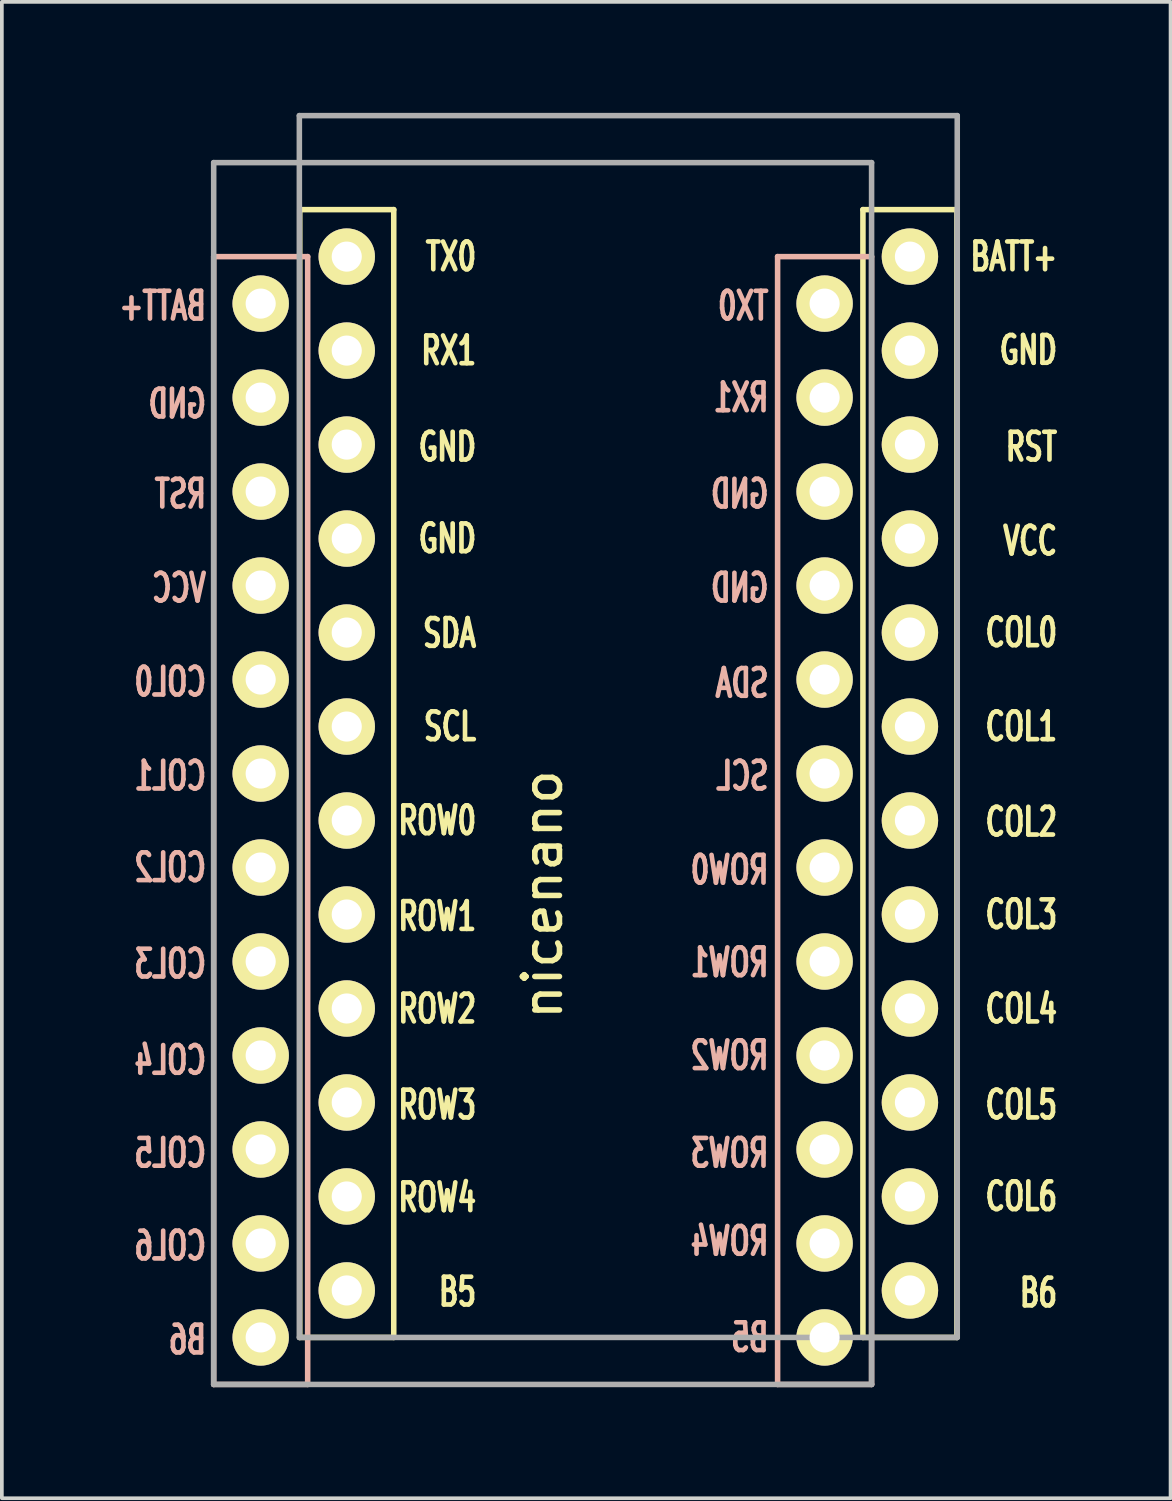
<source format=kicad_pcb>
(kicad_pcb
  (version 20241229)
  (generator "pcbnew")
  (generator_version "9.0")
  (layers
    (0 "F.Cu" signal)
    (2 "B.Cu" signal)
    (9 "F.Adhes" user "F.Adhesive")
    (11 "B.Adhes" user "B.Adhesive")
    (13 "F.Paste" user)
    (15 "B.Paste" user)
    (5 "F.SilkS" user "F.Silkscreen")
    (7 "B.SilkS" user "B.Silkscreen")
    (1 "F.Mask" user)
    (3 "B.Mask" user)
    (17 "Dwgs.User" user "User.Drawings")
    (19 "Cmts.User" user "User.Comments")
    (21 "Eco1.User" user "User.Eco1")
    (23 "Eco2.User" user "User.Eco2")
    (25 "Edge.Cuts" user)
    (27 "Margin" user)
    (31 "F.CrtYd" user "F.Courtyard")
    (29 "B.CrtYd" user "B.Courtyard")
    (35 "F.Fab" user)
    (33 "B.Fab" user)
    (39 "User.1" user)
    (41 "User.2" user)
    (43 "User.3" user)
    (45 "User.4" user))
  (footprint "nicenano"
    (layer "F.Cu")
    (at 12.885 18.363)
    (property "Reference" "nicenano" (at -1.27 2.762 270) (layer "F.SilkS") (effects (font (size 1 1) (thickness 0.15))))
    (attr through_hole)
    (fp_line (start -7.834 -15.748) (end -5.294 -15.748) (stroke (width 0.15) (type solid)) (layer "F.SilkS"))
    (fp_line (start -7.834 14.732) (end -7.834 -15.748) (stroke (width 0.15) (type solid)) (layer "F.SilkS"))
    (fp_line (start -5.294 -15.748) (end -5.294 14.732) (stroke (width 0.15) (type solid)) (layer "F.SilkS"))
    (fp_line (start -5.294 14.732) (end -7.834 14.732) (stroke (width 0.15) (type solid)) (layer "F.SilkS"))
    (fp_line (start 7.386 -15.748) (end 9.926 -15.748) (stroke (width 0.15) (type solid)) (layer "F.SilkS"))
    (fp_line (start 7.386 14.732) (end 7.386 -15.748) (stroke (width 0.15) (type solid)) (layer "F.SilkS"))
    (fp_line (start 9.926 -15.748) (end 9.926 14.732) (stroke (width 0.15) (type solid)) (layer "F.SilkS"))
    (fp_line (start 9.926 14.732) (end 7.386 14.732) (stroke (width 0.15) (type solid)) (layer "F.SilkS"))
    (fp_line (start -10.16 -14.478) (end -7.62 -14.478) (stroke (width 0.15) (type solid)) (layer "B.SilkS"))
    (fp_line (start -10.16 16.002) (end -10.16 -14.478) (stroke (width 0.15) (type solid)) (layer "B.SilkS"))
    (fp_line (start -7.62 -14.478) (end -7.62 16.002) (stroke (width 0.15) (type solid)) (layer "B.SilkS"))
    (fp_line (start -7.62 16.002) (end -10.16 16.002) (stroke (width 0.15) (type solid)) (layer "B.SilkS"))
    (fp_line (start 5.08 -14.478) (end 7.62 -14.478) (stroke (width 0.15) (type solid)) (layer "B.SilkS"))
    (fp_line (start 5.08 16.002) (end 5.08 -14.478) (stroke (width 0.15) (type solid)) (layer "B.SilkS"))
    (fp_line (start 7.62 -14.478) (end 7.62 16.002) (stroke (width 0.15) (type solid)) (layer "B.SilkS"))
    (fp_line (start 7.62 16.002) (end 5.08 16.002) (stroke (width 0.15) (type solid)) (layer "B.SilkS"))
    (fp_line (start -10.16 -17.018) (end 7.62 -17.018) (stroke (width 0.15) (type solid)) (layer "F.Fab"))
    (fp_line (start -10.16 16.002) (end -10.16 -17.018) (stroke (width 0.15) (type solid)) (layer "F.Fab"))
    (fp_line (start -7.845 -18.288) (end 9.935 -18.288) (stroke (width 0.15) (type solid)) (layer "F.Fab"))
    (fp_line (start -7.845 14.732) (end -7.845 -18.288) (stroke (width 0.15) (type solid)) (layer "F.Fab"))
    (fp_line (start 7.62 -17.018) (end 7.62 16.002) (stroke (width 0.15) (type solid)) (layer "F.Fab"))
    (fp_line (start 7.62 16.002) (end -10.16 16.002) (stroke (width 0.15) (type solid)) (layer "F.Fab"))
    (fp_line (start 9.935 -18.288) (end 9.935 14.732) (stroke (width 0.15) (type solid)) (layer "F.Fab"))
    (fp_line (start 9.935 14.732) (end -7.845 14.732) (stroke (width 0.15) (type solid)) (layer "F.Fab"))
    (fp_text user "VCC" (at 12.7 -6.795 0) (layer "F.SilkS") (effects (font (size 0.75 0.5) (thickness 0.125)) (justify right)))
    (fp_text user "ROW1" (at -3 3.35 0) (layer "F.SilkS") (effects (font (size 0.75 0.5) (thickness 0.125)) (justify right)))
    (fp_text user "GND" (at 12.7 -11.95 0) (layer "F.SilkS") (effects (font (size 0.75 0.5) (thickness 0.125)) (justify right)))
    (fp_text user "COL1" (at 12.7 -1.778 0) (layer "F.SilkS") (effects (font (size 0.75 0.5) (thickness 0.125)) (justify right)))
    (fp_text user "ROW4" (at -3 10.95 0) (layer "F.SilkS") (effects (font (size 0.75 0.5) (thickness 0.125)) (justify right)))
    (fp_text user "SCL" (at -3 -1.778 0) (layer "F.SilkS") (effects (font (size 0.75 0.5) (thickness 0.125)) (justify right)))
    (fp_text user "COL2" (at 12.7 0.8 0) (layer "F.SilkS") (effects (font (size 0.75 0.5) (thickness 0.125)) (justify right)))
    (fp_text user "TX0" (at -3 -14.478 0) (layer "F.SilkS") (effects (font (size 0.75 0.5) (thickness 0.125)) (justify right)))
    (fp_text user "RST" (at 12.7 -9.335 0) (layer "F.SilkS") (effects (font (size 0.75 0.5) (thickness 0.125)) (justify right)))
    (fp_text user "COL4" (at 12.7 5.85 0) (layer "F.SilkS") (effects (font (size 0.75 0.5) (thickness 0.125)) (justify right)))
    (fp_text user "SDA" (at -3 -4.3 0) (layer "F.SilkS") (effects (font (size 0.75 0.5) (thickness 0.125)) (justify right)))
    (fp_text user "COL5" (at 12.7 8.445 0) (layer "F.SilkS") (effects (font (size 0.75 0.5) (thickness 0.125)) (justify right)))
    (fp_text user "COL6" (at 12.7 10.922 0) (layer "F.SilkS") (effects (font (size 0.75 0.5) (thickness 0.125)) (justify right)))
    (fp_text user "COL3" (at 12.7 3.302 0) (layer "F.SilkS") (effects (font (size 0.75 0.5) (thickness 0.125)) (justify right)))
    (fp_text user "ROW2" (at -3 5.85 0) (layer "F.SilkS") (effects (font (size 0.75 0.5) (thickness 0.125)) (justify right)))
    (fp_text user "GND" (at -3 -9.335 0) (layer "F.SilkS") (effects (font (size 0.75 0.5) (thickness 0.125)) (justify right)))
    (fp_text user "ROW3" (at -3 8.445 0) (layer "F.SilkS") (effects (font (size 0.75 0.5) (thickness 0.125)) (justify right)))
    (fp_text user "BATT+" (at 12.7 -14.478 0) (layer "F.SilkS") (effects (font (size 0.75 0.5) (thickness 0.125)) (justify right)))
    (fp_text user "RX1" (at -3 -11.938 0) (layer "F.SilkS") (effects (font (size 0.75 0.5) (thickness 0.125)) (justify right)))
    (fp_text user "B6" (at 12.7 13.525 0) (layer "F.SilkS") (effects (font (size 0.75 0.5) (thickness 0.125)) (justify right)))
    (fp_text user "B5" (at -3 13.5 0) (layer "F.SilkS") (effects (font (size 0.75 0.5) (thickness 0.125)) (justify right)))
    (fp_text user "COL0" (at 12.7 -4.318 0) (layer "F.SilkS") (effects (font (size 0.75 0.5) (thickness 0.125)) (justify right)))
    (fp_text user "GND" (at -3 -6.858 0) (layer "F.SilkS") (effects (font (size 0.75 0.5) (thickness 0.125)) (justify right)))
    (fp_text user "ROW0" (at -3 0.762 0) (layer "F.SilkS") (effects (font (size 0.75 0.5) (thickness 0.125)) (justify right)))
    (fp_text user "SCL" (at 4.9 -0.445 0) (layer "B.SilkS") (effects (font (size 0.75 0.5) (thickness 0.125)) (justify left mirror)))
    (fp_text user "ROW4" (at 4.9 12.129 0) (layer "B.SilkS") (effects (font (size 0.75 0.5) (thickness 0.125)) (justify left mirror)))
    (fp_text user "COL1" (at -10.3 -0.445 0) (layer "B.SilkS") (effects (font (size 0.75 0.5) (thickness 0.125)) (justify left mirror)))
    (fp_text user "GND" (at 4.9 -5.524 0) (layer "B.SilkS") (effects (font (size 0.75 0.5) (thickness 0.125)) (justify left mirror)))
    (fp_text user "RX1" (at 4.9 -10.668 0) (layer "B.SilkS") (effects (font (size 0.75 0.5) (thickness 0.125)) (justify left mirror)))
    (fp_text user "ROW1" (at 4.9 4.6 0) (layer "B.SilkS") (effects (font (size 0.75 0.5) (thickness 0.125)) (justify left mirror)))
    (fp_text user "COL5" (at -10.3 9.75 0) (layer "B.SilkS") (effects (font (size 0.75 0.5) (thickness 0.125)) (justify left mirror)))
    (fp_text user "COL2" (at -10.3 2.032 0) (layer "B.SilkS") (effects (font (size 0.75 0.5) (thickness 0.125)) (justify left mirror)))
    (fp_text user "VCC" (at -10.3 -5.524 0) (layer "B.SilkS") (effects (font (size 0.75 0.5) (thickness 0.125)) (justify left mirror)))
    (fp_text user "COL6" (at -10.3 12.255 0) (layer "B.SilkS") (effects (font (size 0.75 0.5) (thickness 0.125)) (justify left mirror)))
    (fp_text user "COL3" (at -10.3 4.636 0) (layer "B.SilkS") (effects (font (size 0.75 0.5) (thickness 0.125)) (justify left mirror)))
    (fp_text user "TX0" (at 4.9 -13.145 0) (layer "B.SilkS") (effects (font (size 0.75 0.5) (thickness 0.125)) (justify left mirror)))
    (fp_text user "GND" (at -10.3 -10.5 0) (layer "B.SilkS") (effects (font (size 0.75 0.5) (thickness 0.125)) (justify left mirror)))
    (fp_text user "COL4" (at -10.3 7.239 0) (layer "B.SilkS") (effects (font (size 0.75 0.5) (thickness 0.125)) (justify left mirror)))
    (fp_text user "SDA" (at 4.9 -2.95 0) (layer "B.SilkS") (effects (font (size 0.75 0.5) (thickness 0.125)) (justify left mirror)))
    (fp_text user "ROW3" (at 4.9 9.75 0) (layer "B.SilkS") (effects (font (size 0.75 0.5) (thickness 0.125)) (justify left mirror)))
    (fp_text user "RST" (at -10.3 -8.065 0) (layer "B.SilkS") (effects (font (size 0.75 0.5) (thickness 0.125)) (justify left mirror)))
    (fp_text user "GND" (at 4.9 -8.065 0) (layer "B.SilkS") (effects (font (size 0.75 0.5) (thickness 0.125)) (justify left mirror)))
    (fp_text user "COL0" (at -10.3 -2.985 0) (layer "B.SilkS") (effects (font (size 0.75 0.5) (thickness 0.125)) (justify left mirror)))
    (fp_text user "ROW0" (at 4.9 2.1 0) (layer "B.SilkS") (effects (font (size 0.75 0.5) (thickness 0.125)) (justify left mirror)))
    (fp_text user "B6" (at -10.3 14.796 0) (layer "B.SilkS") (effects (font (size 0.75 0.5) (thickness 0.125)) (justify left mirror)))
    (fp_text user "ROW2" (at 4.9 7.112 0) (layer "B.SilkS") (effects (font (size 0.75 0.5) (thickness 0.125)) (justify left mirror)))
    (fp_text user "BATT+" (at -10.3 -13.145 0) (layer "B.SilkS") (effects (font (size 0.75 0.5) (thickness 0.125)) (justify left mirror)))
    (fp_text user "B5" (at 4.9 14.732 0) (layer "B.SilkS") (effects (font (size 0.75 0.5) (thickness 0.125)) (justify left mirror)))
    (pad "1" thru_hole circle (at -6.564 -14.478) (size 1.524 1.524) (drill 0.813) (layers "*.Cu" "*.Mask" "F.SilkS"))
    (pad "1" thru_hole circle (at 6.35 -13.208) (size 1.524 1.524) (drill 0.813) (layers "*.Cu" "*.Mask" "F.SilkS"))
    (pad "2" thru_hole circle (at -6.564 -11.938) (size 1.524 1.524) (drill 0.813) (layers "*.Cu" "*.Mask" "F.SilkS"))
    (pad "2" thru_hole circle (at 6.35 -10.668) (size 1.524 1.524) (drill 0.813) (layers "*.Cu" "*.Mask" "F.SilkS"))
    (pad "3" thru_hole circle (at -6.564 -9.398) (size 1.524 1.524) (drill 0.813) (layers "*.Cu" "*.Mask" "F.SilkS"))
    (pad "3" thru_hole circle (at 6.35 -8.128) (size 1.524 1.524) (drill 0.813) (layers "*.Cu" "*.Mask" "F.SilkS"))
    (pad "4" thru_hole circle (at -6.564 -6.858) (size 1.524 1.524) (drill 0.813) (layers "*.Cu" "*.Mask" "F.SilkS"))
    (pad "4" thru_hole circle (at 6.35 -5.588) (size 1.524 1.524) (drill 0.813) (layers "*.Cu" "*.Mask" "F.SilkS"))
    (pad "5" thru_hole circle (at -6.564 -4.318) (size 1.524 1.524) (drill 0.813) (layers "*.Cu" "*.Mask" "F.SilkS"))
    (pad "5" thru_hole circle (at 6.35 -3.048) (size 1.524 1.524) (drill 0.813) (layers "*.Cu" "*.Mask" "F.SilkS"))
    (pad "6" thru_hole circle (at -6.564 -1.778) (size 1.524 1.524) (drill 0.813) (layers "*.Cu" "*.Mask" "F.SilkS"))
    (pad "6" thru_hole circle (at 6.35 -0.508) (size 1.524 1.524) (drill 0.813) (layers "*.Cu" "*.Mask" "F.SilkS"))
    (pad "7" thru_hole circle (at -6.564 0.762) (size 1.524 1.524) (drill 0.813) (layers "*.Cu" "*.Mask" "F.SilkS"))
    (pad "7" thru_hole circle (at 6.35 2.032) (size 1.524 1.524) (drill 0.813) (layers "*.Cu" "*.Mask" "F.SilkS"))
    (pad "8" thru_hole circle (at -6.564 3.302) (size 1.524 1.524) (drill 0.813) (layers "*.Cu" "*.Mask" "F.SilkS"))
    (pad "8" thru_hole circle (at 6.35 4.572) (size 1.524 1.524) (drill 0.813) (layers "*.Cu" "*.Mask" "F.SilkS"))
    (pad "9" thru_hole circle (at -6.564 5.842) (size 1.524 1.524) (drill 0.813) (layers "*.Cu" "*.Mask" "F.SilkS"))
    (pad "9" thru_hole circle (at 6.35 7.112) (size 1.524 1.524) (drill 0.813) (layers "*.Cu" "*.Mask" "F.SilkS"))
    (pad "10" thru_hole circle (at -6.564 8.382) (size 1.524 1.524) (drill 0.813) (layers "*.Cu" "*.Mask" "F.SilkS"))
    (pad "10" thru_hole circle (at 6.35 9.652) (size 1.524 1.524) (drill 0.813) (layers "*.Cu" "*.Mask" "F.SilkS"))
    (pad "11" thru_hole circle (at -6.564 10.922) (size 1.524 1.524) (drill 0.813) (layers "*.Cu" "*.Mask" "F.SilkS"))
    (pad "11" thru_hole circle (at 6.35 12.192) (size 1.524 1.524) (drill 0.813) (layers "*.Cu" "*.Mask" "F.SilkS"))
    (pad "12" thru_hole circle (at -6.564 13.462) (size 1.524 1.524) (drill 0.813) (layers "*.Cu" "*.Mask" "F.SilkS"))
    (pad "12" thru_hole circle (at 6.35 14.732) (size 1.524 1.524) (drill 0.813) (layers "*.Cu" "*.Mask" "F.SilkS"))
    (pad "13" thru_hole circle (at -8.89 14.732) (size 1.524 1.524) (drill 0.813) (layers "*.Cu" "*.Mask" "F.SilkS"))
    (pad "13" thru_hole circle (at 8.656 13.462) (size 1.524 1.524) (drill 0.813) (layers "*.Cu" "*.Mask" "F.SilkS"))
    (pad "14" thru_hole circle (at -8.89 12.192) (size 1.524 1.524) (drill 0.813) (layers "*.Cu" "*.Mask" "F.SilkS"))
    (pad "14" thru_hole circle (at 8.656 10.922) (size 1.524 1.524) (drill 0.813) (layers "*.Cu" "*.Mask" "F.SilkS"))
    (pad "15" thru_hole circle (at -8.89 9.652) (size 1.524 1.524) (drill 0.813) (layers "*.Cu" "*.Mask" "F.SilkS"))
    (pad "15" thru_hole circle (at 8.656 8.382) (size 1.524 1.524) (drill 0.813) (layers "*.Cu" "*.Mask" "F.SilkS"))
    (pad "16" thru_hole circle (at -8.89 7.112) (size 1.524 1.524) (drill 0.813) (layers "*.Cu" "*.Mask" "F.SilkS"))
    (pad "16" thru_hole circle (at 8.656 5.842) (size 1.524 1.524) (drill 0.813) (layers "*.Cu" "*.Mask" "F.SilkS"))
    (pad "17" thru_hole circle (at -8.89 4.572) (size 1.524 1.524) (drill 0.813) (layers "*.Cu" "*.Mask" "F.SilkS"))
    (pad "17" thru_hole circle (at 8.656 3.302) (size 1.524 1.524) (drill 0.813) (layers "*.Cu" "*.Mask" "F.SilkS"))
    (pad "18" thru_hole circle (at -8.89 2.032) (size 1.524 1.524) (drill 0.813) (layers "*.Cu" "*.Mask" "F.SilkS"))
    (pad "18" thru_hole circle (at 8.656 0.762) (size 1.524 1.524) (drill 0.813) (layers "*.Cu" "*.Mask" "F.SilkS"))
    (pad "19" thru_hole circle (at -8.89 -0.508) (size 1.524 1.524) (drill 0.813) (layers "*.Cu" "*.Mask" "F.SilkS"))
    (pad "19" thru_hole circle (at 8.656 -1.778) (size 1.524 1.524) (drill 0.813) (layers "*.Cu" "*.Mask" "F.SilkS"))
    (pad "20" thru_hole circle (at -8.89 -3.048) (size 1.524 1.524) (drill 0.813) (layers "*.Cu" "*.Mask" "F.SilkS"))
    (pad "20" thru_hole circle (at 8.656 -4.318) (size 1.524 1.524) (drill 0.813) (layers "*.Cu" "*.Mask" "F.SilkS"))
    (pad "21" thru_hole circle (at -8.89 -5.588) (size 1.524 1.524) (drill 0.813) (layers "*.Cu" "*.Mask" "F.SilkS"))
    (pad "21" thru_hole circle (at 8.656 -6.858) (size 1.524 1.524) (drill 0.813) (layers "*.Cu" "*.Mask" "F.SilkS"))
    (pad "22" thru_hole circle (at -8.89 -8.128) (size 1.524 1.524) (drill 0.813) (layers "*.Cu" "*.Mask" "F.SilkS"))
    (pad "22" thru_hole circle (at 8.656 -9.398) (size 1.524 1.524) (drill 0.813) (layers "*.Cu" "*.Mask" "F.SilkS"))
    (pad "23" thru_hole circle (at -8.89 -10.668) (size 1.524 1.524) (drill 0.813) (layers "*.Cu" "*.Mask" "F.SilkS"))
    (pad "23" thru_hole circle (at 8.656 -11.938) (size 1.524 1.524) (drill 0.813) (layers "*.Cu" "*.Mask" "F.SilkS"))
    (pad "24" thru_hole circle (at -8.89 -13.208) (size 1.524 1.524) (drill 0.813) (layers "*.Cu" "*.Mask" "F.SilkS"))
    (pad "24" thru_hole circle (at 8.656 -14.478) (size 1.524 1.524) (drill 0.813) (layers "*.Cu" "*.Mask" "F.SilkS")))
  (gr_rect
    (start -3 -3)
    (end 28.585 37.44)
    (stroke (width 0.1) (type default))
    (fill no)
    (layer "Edge.Cuts")))
</source>
